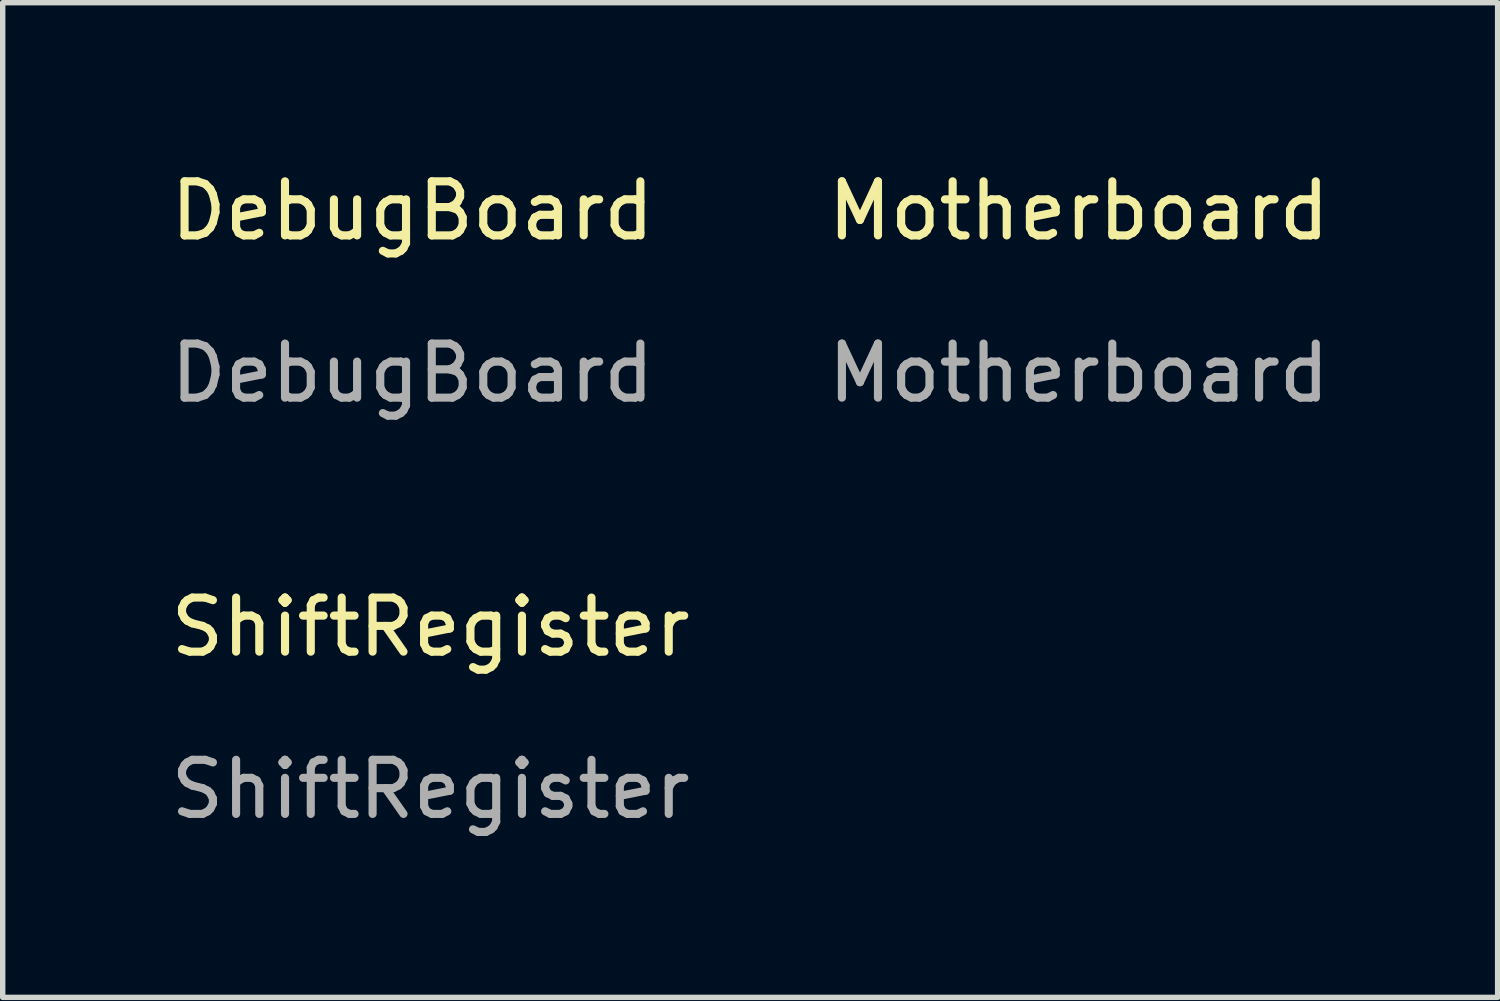
<source format=kicad_pcb>
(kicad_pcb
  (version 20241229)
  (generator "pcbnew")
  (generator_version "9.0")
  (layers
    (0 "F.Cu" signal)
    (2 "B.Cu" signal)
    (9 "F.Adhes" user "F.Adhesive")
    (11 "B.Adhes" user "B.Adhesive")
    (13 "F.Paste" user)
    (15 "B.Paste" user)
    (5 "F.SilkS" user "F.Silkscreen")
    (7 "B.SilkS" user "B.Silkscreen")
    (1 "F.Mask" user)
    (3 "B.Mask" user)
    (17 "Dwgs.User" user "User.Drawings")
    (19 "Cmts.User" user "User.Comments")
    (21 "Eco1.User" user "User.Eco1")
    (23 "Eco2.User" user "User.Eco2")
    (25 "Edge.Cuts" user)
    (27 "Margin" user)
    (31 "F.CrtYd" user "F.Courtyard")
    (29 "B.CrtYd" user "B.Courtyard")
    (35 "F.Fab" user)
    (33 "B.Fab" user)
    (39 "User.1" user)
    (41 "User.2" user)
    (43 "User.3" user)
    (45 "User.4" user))
  (footprint "DebugBoard"
    (layer "F.Cu")
    (at 4.577 1.348)
    (property "Reference" "DebugBoard" (at 0 -0.5 0) (unlocked yes) (layer "F.SilkS") (effects (font (size 1 1) (thickness 0.15))))
    (attr smd)
    (fp_text user "${REFERENCE}" (at 0 2.5 0) (unlocked yes) (layer "F.Fab") (effects (font (size 1 1) (thickness 0.15)))))
  (footprint "Motherboard"
    (layer "F.Cu")
    (at 16.899 1.348)
    (property "Reference" "Motherboard" (at 0 -0.5 0) (unlocked yes) (layer "F.SilkS") (effects (font (size 1 1) (thickness 0.15))))
    (attr smd)
    (fp_text user "${REFERENCE}" (at 0 2.5 0) (unlocked yes) (layer "F.Fab") (effects (font (size 1 1) (thickness 0.15)))))
  (footprint "ShiftRegister"
    (layer "F.Cu")
    (at 4.911 9.045)
    (property "Reference" "ShiftRegister" (at 0 -0.5 0) (unlocked yes) (layer "F.SilkS") (effects (font (size 1 1) (thickness 0.15))))
    (attr smd)
    (fp_text user "${REFERENCE}" (at 0 2.5 0) (unlocked yes) (layer "F.Fab") (effects (font (size 1 1) (thickness 0.15)))))
  (gr_rect
    (start -3 -3)
    (end 24.643 15.393)
    (stroke (width 0.1) (type default))
    (fill no)
    (layer "Edge.Cuts")))
</source>
